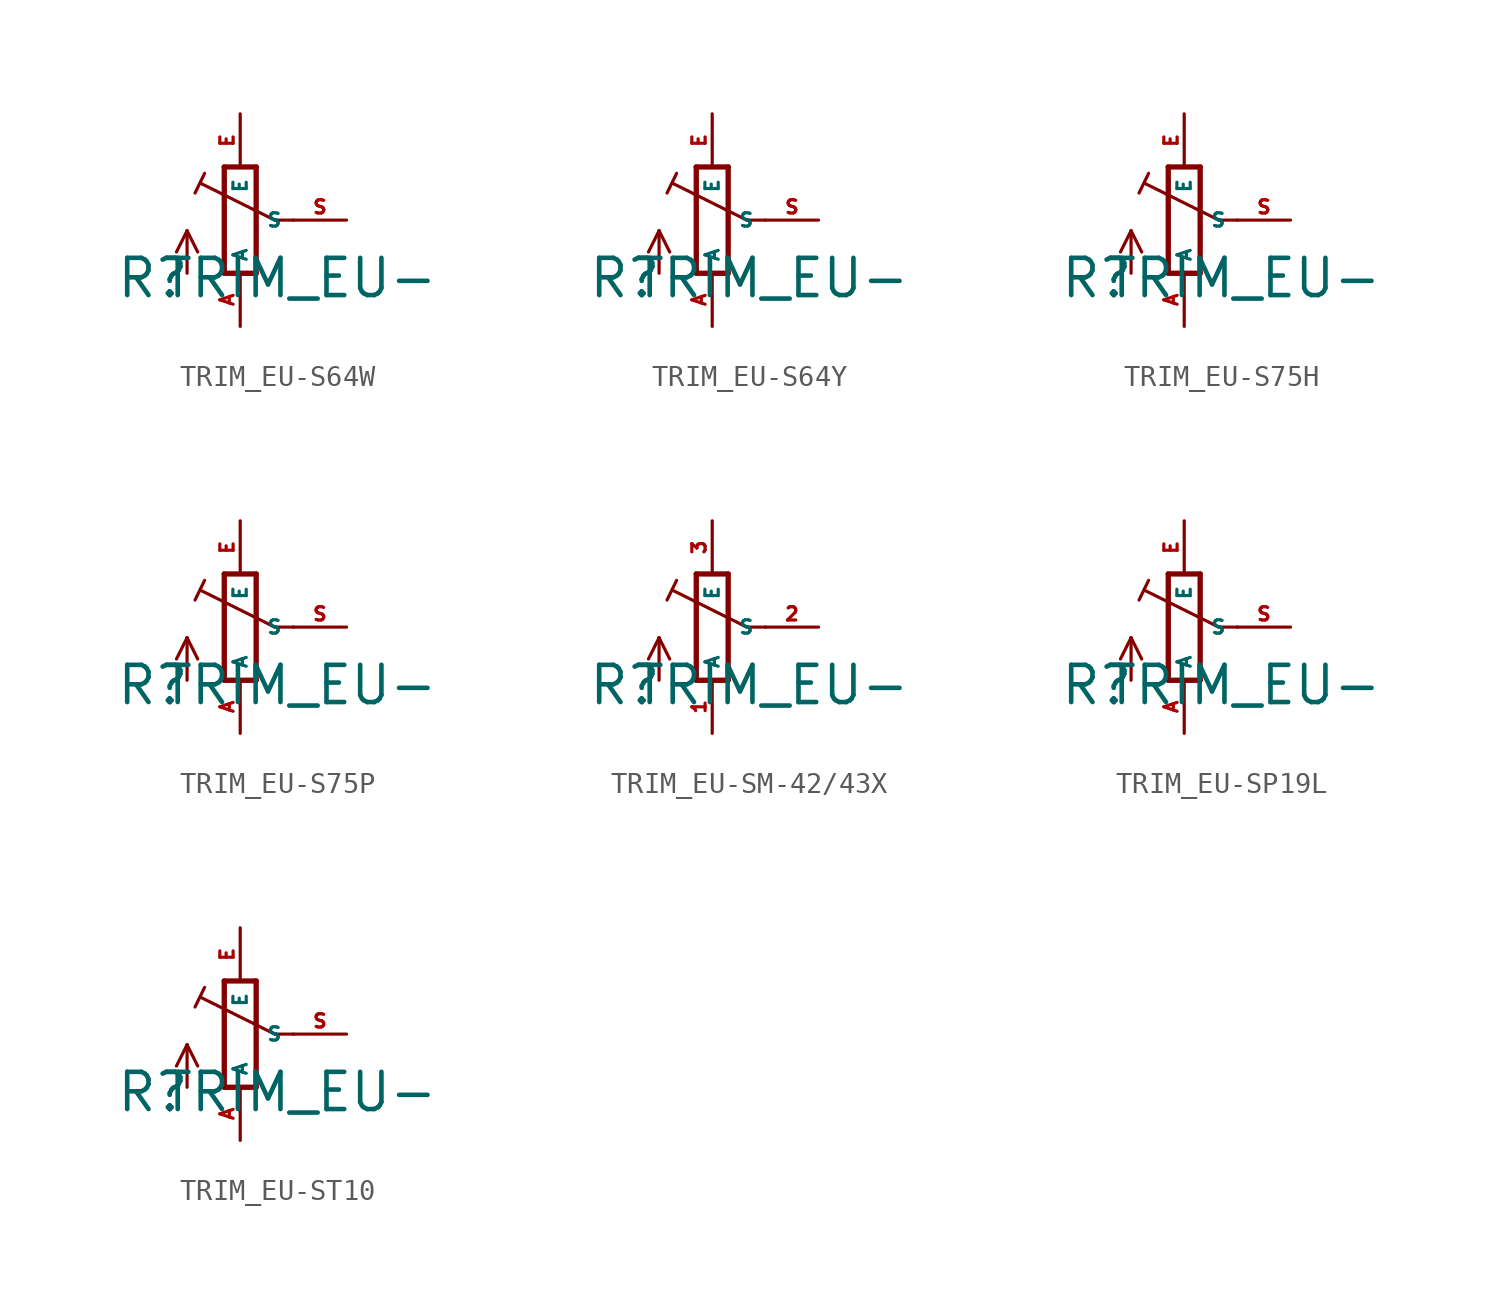
<source format=kicad_sym>
(kicad_symbol_lib
  (version 20220914)
  (generator Eagle2Kicad)
  (symbol "TRIM_EU-S64W"
    (property "Reference" "R"
      (at -5.969 -3.81 0)
      (effects (font (size 1.778 1.778) (thickness 0.22)) (justify left bottom)))
    (property "Value" "TRIM_EU-"
      (at -3.81 -3.81 0)
      (effects (font (size 1.778 1.778) (thickness 0.22)) (justify left bottom)))
    (polyline
      (pts (xy -0.762 2.54) (xy -0.762 -2.54))
      (stroke (width 0.254) (type default))
      (fill (type none)))
    (polyline
      (pts (xy 0.762 -2.54) (xy 0.762 2.54))
      (stroke (width 0.254) (type default))
      (fill (type none)))
    (polyline
      (pts (xy 2.54 0) (xy 1.651 0))
      (stroke (width 0.152) (type default))
      (fill (type none)))
    (polyline
      (pts (xy 1.651 0) (xy -1.88 1.753))
      (stroke (width 0.152) (type default))
      (fill (type none)))
    (polyline
      (pts (xy 0.762 2.54) (xy -0.762 2.54))
      (stroke (width 0.254) (type default))
      (fill (type none)))
    (polyline
      (pts (xy -0.762 -2.54) (xy 0.762 -2.54))
      (stroke (width 0.254) (type default))
      (fill (type none)))
    (polyline
      (pts (xy -2.54 -2.54) (xy -2.54 -0.508))
      (stroke (width 0.152) (type default))
      (fill (type none)))
    (polyline
      (pts (xy -2.54 -0.508) (xy -3.048 -1.524))
      (stroke (width 0.152) (type default))
      (fill (type none)))
    (polyline
      (pts (xy -2.54 -0.508) (xy -2.032 -1.524))
      (stroke (width 0.152) (type default))
      (fill (type none)))
    (polyline
      (pts (xy -2.16 1.294) (xy -1.702 2.235))
      (stroke (width 0.152) (type default))
      (fill (type none)))
    (pin passive line
      (at 0 -5.08 90)
      (length 2.54)
      (name "A" (effects (font (size 0.635 0.635) (thickness 0.08)) (justify left bottom)))
      (number "A" (effects (font (size 0.635 0.635) (thickness 0.08)) (justify left bottom))))
    (pin passive line
      (at 0 5.08 270)
      (length 2.54)
      (name "E" (effects (font (size 0.635 0.635) (thickness 0.08)) (justify left bottom)))
      (number "E" (effects (font (size 0.635 0.635) (thickness 0.08)) (justify left bottom))))
    (pin passive line
      (at 5.08 0 180)
      (length 2.54)
      (name "S" (effects (font (size 0.635 0.635) (thickness 0.08)) (justify left bottom)))
      (number "S" (effects (font (size 0.635 0.635) (thickness 0.08)) (justify left bottom)))))
  (symbol "TRIM_EU-S64Y"
    (property "Reference" "R"
      (at -5.969 -3.81 0)
      (effects (font (size 1.778 1.778) (thickness 0.22)) (justify left bottom)))
    (property "Value" "TRIM_EU-"
      (at -3.81 -3.81 0)
      (effects (font (size 1.778 1.778) (thickness 0.22)) (justify left bottom)))
    (polyline
      (pts (xy -0.762 2.54) (xy -0.762 -2.54))
      (stroke (width 0.254) (type default))
      (fill (type none)))
    (polyline
      (pts (xy 0.762 -2.54) (xy 0.762 2.54))
      (stroke (width 0.254) (type default))
      (fill (type none)))
    (polyline
      (pts (xy 2.54 0) (xy 1.651 0))
      (stroke (width 0.152) (type default))
      (fill (type none)))
    (polyline
      (pts (xy 1.651 0) (xy -1.88 1.753))
      (stroke (width 0.152) (type default))
      (fill (type none)))
    (polyline
      (pts (xy 0.762 2.54) (xy -0.762 2.54))
      (stroke (width 0.254) (type default))
      (fill (type none)))
    (polyline
      (pts (xy -0.762 -2.54) (xy 0.762 -2.54))
      (stroke (width 0.254) (type default))
      (fill (type none)))
    (polyline
      (pts (xy -2.54 -2.54) (xy -2.54 -0.508))
      (stroke (width 0.152) (type default))
      (fill (type none)))
    (polyline
      (pts (xy -2.54 -0.508) (xy -3.048 -1.524))
      (stroke (width 0.152) (type default))
      (fill (type none)))
    (polyline
      (pts (xy -2.54 -0.508) (xy -2.032 -1.524))
      (stroke (width 0.152) (type default))
      (fill (type none)))
    (polyline
      (pts (xy -2.16 1.294) (xy -1.702 2.235))
      (stroke (width 0.152) (type default))
      (fill (type none)))
    (pin passive line
      (at 0 -5.08 90)
      (length 2.54)
      (name "A" (effects (font (size 0.635 0.635) (thickness 0.08)) (justify left bottom)))
      (number "A" (effects (font (size 0.635 0.635) (thickness 0.08)) (justify left bottom))))
    (pin passive line
      (at 0 5.08 270)
      (length 2.54)
      (name "E" (effects (font (size 0.635 0.635) (thickness 0.08)) (justify left bottom)))
      (number "E" (effects (font (size 0.635 0.635) (thickness 0.08)) (justify left bottom))))
    (pin passive line
      (at 5.08 0 180)
      (length 2.54)
      (name "S" (effects (font (size 0.635 0.635) (thickness 0.08)) (justify left bottom)))
      (number "S" (effects (font (size 0.635 0.635) (thickness 0.08)) (justify left bottom)))))
  (symbol "TRIM_EU-S75H"
    (property "Reference" "R"
      (at -5.969 -3.81 0)
      (effects (font (size 1.778 1.778) (thickness 0.22)) (justify left bottom)))
    (property "Value" "TRIM_EU-"
      (at -3.81 -3.81 0)
      (effects (font (size 1.778 1.778) (thickness 0.22)) (justify left bottom)))
    (polyline
      (pts (xy -0.762 2.54) (xy -0.762 -2.54))
      (stroke (width 0.254) (type default))
      (fill (type none)))
    (polyline
      (pts (xy 0.762 -2.54) (xy 0.762 2.54))
      (stroke (width 0.254) (type default))
      (fill (type none)))
    (polyline
      (pts (xy 2.54 0) (xy 1.651 0))
      (stroke (width 0.152) (type default))
      (fill (type none)))
    (polyline
      (pts (xy 1.651 0) (xy -1.88 1.753))
      (stroke (width 0.152) (type default))
      (fill (type none)))
    (polyline
      (pts (xy 0.762 2.54) (xy -0.762 2.54))
      (stroke (width 0.254) (type default))
      (fill (type none)))
    (polyline
      (pts (xy -0.762 -2.54) (xy 0.762 -2.54))
      (stroke (width 0.254) (type default))
      (fill (type none)))
    (polyline
      (pts (xy -2.54 -2.54) (xy -2.54 -0.508))
      (stroke (width 0.152) (type default))
      (fill (type none)))
    (polyline
      (pts (xy -2.54 -0.508) (xy -3.048 -1.524))
      (stroke (width 0.152) (type default))
      (fill (type none)))
    (polyline
      (pts (xy -2.54 -0.508) (xy -2.032 -1.524))
      (stroke (width 0.152) (type default))
      (fill (type none)))
    (polyline
      (pts (xy -2.16 1.294) (xy -1.702 2.235))
      (stroke (width 0.152) (type default))
      (fill (type none)))
    (pin passive line
      (at 0 -5.08 90)
      (length 2.54)
      (name "A" (effects (font (size 0.635 0.635) (thickness 0.08)) (justify left bottom)))
      (number "A" (effects (font (size 0.635 0.635) (thickness 0.08)) (justify left bottom))))
    (pin passive line
      (at 0 5.08 270)
      (length 2.54)
      (name "E" (effects (font (size 0.635 0.635) (thickness 0.08)) (justify left bottom)))
      (number "E" (effects (font (size 0.635 0.635) (thickness 0.08)) (justify left bottom))))
    (pin passive line
      (at 5.08 0 180)
      (length 2.54)
      (name "S" (effects (font (size 0.635 0.635) (thickness 0.08)) (justify left bottom)))
      (number "S" (effects (font (size 0.635 0.635) (thickness 0.08)) (justify left bottom)))))
  (symbol "TRIM_EU-S75P"
    (property "Reference" "R"
      (at -5.969 -3.81 0)
      (effects (font (size 1.778 1.778) (thickness 0.22)) (justify left bottom)))
    (property "Value" "TRIM_EU-"
      (at -3.81 -3.81 0)
      (effects (font (size 1.778 1.778) (thickness 0.22)) (justify left bottom)))
    (polyline
      (pts (xy -0.762 2.54) (xy -0.762 -2.54))
      (stroke (width 0.254) (type default))
      (fill (type none)))
    (polyline
      (pts (xy 0.762 -2.54) (xy 0.762 2.54))
      (stroke (width 0.254) (type default))
      (fill (type none)))
    (polyline
      (pts (xy 2.54 0) (xy 1.651 0))
      (stroke (width 0.152) (type default))
      (fill (type none)))
    (polyline
      (pts (xy 1.651 0) (xy -1.88 1.753))
      (stroke (width 0.152) (type default))
      (fill (type none)))
    (polyline
      (pts (xy 0.762 2.54) (xy -0.762 2.54))
      (stroke (width 0.254) (type default))
      (fill (type none)))
    (polyline
      (pts (xy -0.762 -2.54) (xy 0.762 -2.54))
      (stroke (width 0.254) (type default))
      (fill (type none)))
    (polyline
      (pts (xy -2.54 -2.54) (xy -2.54 -0.508))
      (stroke (width 0.152) (type default))
      (fill (type none)))
    (polyline
      (pts (xy -2.54 -0.508) (xy -3.048 -1.524))
      (stroke (width 0.152) (type default))
      (fill (type none)))
    (polyline
      (pts (xy -2.54 -0.508) (xy -2.032 -1.524))
      (stroke (width 0.152) (type default))
      (fill (type none)))
    (polyline
      (pts (xy -2.16 1.294) (xy -1.702 2.235))
      (stroke (width 0.152) (type default))
      (fill (type none)))
    (pin passive line
      (at 0 -5.08 90)
      (length 2.54)
      (name "A" (effects (font (size 0.635 0.635) (thickness 0.08)) (justify left bottom)))
      (number "A" (effects (font (size 0.635 0.635) (thickness 0.08)) (justify left bottom))))
    (pin passive line
      (at 0 5.08 270)
      (length 2.54)
      (name "E" (effects (font (size 0.635 0.635) (thickness 0.08)) (justify left bottom)))
      (number "E" (effects (font (size 0.635 0.635) (thickness 0.08)) (justify left bottom))))
    (pin passive line
      (at 5.08 0 180)
      (length 2.54)
      (name "S" (effects (font (size 0.635 0.635) (thickness 0.08)) (justify left bottom)))
      (number "S" (effects (font (size 0.635 0.635) (thickness 0.08)) (justify left bottom)))))
  (symbol "TRIM_EU-SM-42/43X"
    (property "Reference" "R"
      (at -5.969 -3.81 0)
      (effects (font (size 1.778 1.778) (thickness 0.22)) (justify left bottom)))
    (property "Value" "TRIM_EU-"
      (at -3.81 -3.81 0)
      (effects (font (size 1.778 1.778) (thickness 0.22)) (justify left bottom)))
    (polyline
      (pts (xy -0.762 2.54) (xy -0.762 -2.54))
      (stroke (width 0.254) (type default))
      (fill (type none)))
    (polyline
      (pts (xy 0.762 -2.54) (xy 0.762 2.54))
      (stroke (width 0.254) (type default))
      (fill (type none)))
    (polyline
      (pts (xy 2.54 0) (xy 1.651 0))
      (stroke (width 0.152) (type default))
      (fill (type none)))
    (polyline
      (pts (xy 1.651 0) (xy -1.88 1.753))
      (stroke (width 0.152) (type default))
      (fill (type none)))
    (polyline
      (pts (xy 0.762 2.54) (xy -0.762 2.54))
      (stroke (width 0.254) (type default))
      (fill (type none)))
    (polyline
      (pts (xy -0.762 -2.54) (xy 0.762 -2.54))
      (stroke (width 0.254) (type default))
      (fill (type none)))
    (polyline
      (pts (xy -2.54 -2.54) (xy -2.54 -0.508))
      (stroke (width 0.152) (type default))
      (fill (type none)))
    (polyline
      (pts (xy -2.54 -0.508) (xy -3.048 -1.524))
      (stroke (width 0.152) (type default))
      (fill (type none)))
    (polyline
      (pts (xy -2.54 -0.508) (xy -2.032 -1.524))
      (stroke (width 0.152) (type default))
      (fill (type none)))
    (polyline
      (pts (xy -2.16 1.294) (xy -1.702 2.235))
      (stroke (width 0.152) (type default))
      (fill (type none)))
    (pin passive line
      (at 0 -5.08 90)
      (length 2.54)
      (name "A" (effects (font (size 0.635 0.635) (thickness 0.08)) (justify left bottom)))
      (number "1" (effects (font (size 0.635 0.635) (thickness 0.08)) (justify left bottom))))
    (pin passive line
      (at 0 5.08 270)
      (length 2.54)
      (name "E" (effects (font (size 0.635 0.635) (thickness 0.08)) (justify left bottom)))
      (number "3" (effects (font (size 0.635 0.635) (thickness 0.08)) (justify left bottom))))
    (pin passive line
      (at 5.08 0 180)
      (length 2.54)
      (name "S" (effects (font (size 0.635 0.635) (thickness 0.08)) (justify left bottom)))
      (number "2" (effects (font (size 0.635 0.635) (thickness 0.08)) (justify left bottom)))))
  (symbol "TRIM_EU-SP19L"
    (property "Reference" "R"
      (at -5.969 -3.81 0)
      (effects (font (size 1.778 1.778) (thickness 0.22)) (justify left bottom)))
    (property "Value" "TRIM_EU-"
      (at -3.81 -3.81 0)
      (effects (font (size 1.778 1.778) (thickness 0.22)) (justify left bottom)))
    (polyline
      (pts (xy -0.762 2.54) (xy -0.762 -2.54))
      (stroke (width 0.254) (type default))
      (fill (type none)))
    (polyline
      (pts (xy 0.762 -2.54) (xy 0.762 2.54))
      (stroke (width 0.254) (type default))
      (fill (type none)))
    (polyline
      (pts (xy 2.54 0) (xy 1.651 0))
      (stroke (width 0.152) (type default))
      (fill (type none)))
    (polyline
      (pts (xy 1.651 0) (xy -1.88 1.753))
      (stroke (width 0.152) (type default))
      (fill (type none)))
    (polyline
      (pts (xy 0.762 2.54) (xy -0.762 2.54))
      (stroke (width 0.254) (type default))
      (fill (type none)))
    (polyline
      (pts (xy -0.762 -2.54) (xy 0.762 -2.54))
      (stroke (width 0.254) (type default))
      (fill (type none)))
    (polyline
      (pts (xy -2.54 -2.54) (xy -2.54 -0.508))
      (stroke (width 0.152) (type default))
      (fill (type none)))
    (polyline
      (pts (xy -2.54 -0.508) (xy -3.048 -1.524))
      (stroke (width 0.152) (type default))
      (fill (type none)))
    (polyline
      (pts (xy -2.54 -0.508) (xy -2.032 -1.524))
      (stroke (width 0.152) (type default))
      (fill (type none)))
    (polyline
      (pts (xy -2.16 1.294) (xy -1.702 2.235))
      (stroke (width 0.152) (type default))
      (fill (type none)))
    (pin passive line
      (at 0 -5.08 90)
      (length 2.54)
      (name "A" (effects (font (size 0.635 0.635) (thickness 0.08)) (justify left bottom)))
      (number "A" (effects (font (size 0.635 0.635) (thickness 0.08)) (justify left bottom))))
    (pin passive line
      (at 0 5.08 270)
      (length 2.54)
      (name "E" (effects (font (size 0.635 0.635) (thickness 0.08)) (justify left bottom)))
      (number "E" (effects (font (size 0.635 0.635) (thickness 0.08)) (justify left bottom))))
    (pin passive line
      (at 5.08 0 180)
      (length 2.54)
      (name "S" (effects (font (size 0.635 0.635) (thickness 0.08)) (justify left bottom)))
      (number "S" (effects (font (size 0.635 0.635) (thickness 0.08)) (justify left bottom)))))
  (symbol "TRIM_EU-ST10"
    (property "Reference" "R"
      (at -5.969 -3.81 0)
      (effects (font (size 1.778 1.778) (thickness 0.22)) (justify left bottom)))
    (property "Value" "TRIM_EU-"
      (at -3.81 -3.81 0)
      (effects (font (size 1.778 1.778) (thickness 0.22)) (justify left bottom)))
    (polyline
      (pts (xy -0.762 2.54) (xy -0.762 -2.54))
      (stroke (width 0.254) (type default))
      (fill (type none)))
    (polyline
      (pts (xy 0.762 -2.54) (xy 0.762 2.54))
      (stroke (width 0.254) (type default))
      (fill (type none)))
    (polyline
      (pts (xy 2.54 0) (xy 1.651 0))
      (stroke (width 0.152) (type default))
      (fill (type none)))
    (polyline
      (pts (xy 1.651 0) (xy -1.88 1.753))
      (stroke (width 0.152) (type default))
      (fill (type none)))
    (polyline
      (pts (xy 0.762 2.54) (xy -0.762 2.54))
      (stroke (width 0.254) (type default))
      (fill (type none)))
    (polyline
      (pts (xy -0.762 -2.54) (xy 0.762 -2.54))
      (stroke (width 0.254) (type default))
      (fill (type none)))
    (polyline
      (pts (xy -2.54 -2.54) (xy -2.54 -0.508))
      (stroke (width 0.152) (type default))
      (fill (type none)))
    (polyline
      (pts (xy -2.54 -0.508) (xy -3.048 -1.524))
      (stroke (width 0.152) (type default))
      (fill (type none)))
    (polyline
      (pts (xy -2.54 -0.508) (xy -2.032 -1.524))
      (stroke (width 0.152) (type default))
      (fill (type none)))
    (polyline
      (pts (xy -2.16 1.294) (xy -1.702 2.235))
      (stroke (width 0.152) (type default))
      (fill (type none)))
    (pin passive line
      (at 0 -5.08 90)
      (length 2.54)
      (name "A" (effects (font (size 0.635 0.635) (thickness 0.08)) (justify left bottom)))
      (number "A" (effects (font (size 0.635 0.635) (thickness 0.08)) (justify left bottom))))
    (pin passive line
      (at 0 5.08 270)
      (length 2.54)
      (name "E" (effects (font (size 0.635 0.635) (thickness 0.08)) (justify left bottom)))
      (number "E" (effects (font (size 0.635 0.635) (thickness 0.08)) (justify left bottom))))
    (pin passive line
      (at 5.08 0 180)
      (length 2.54)
      (name "S" (effects (font (size 0.635 0.635) (thickness 0.08)) (justify left bottom)))
      (number "S" (effects (font (size 0.635 0.635) (thickness 0.08)) (justify left bottom))))))
</source>
